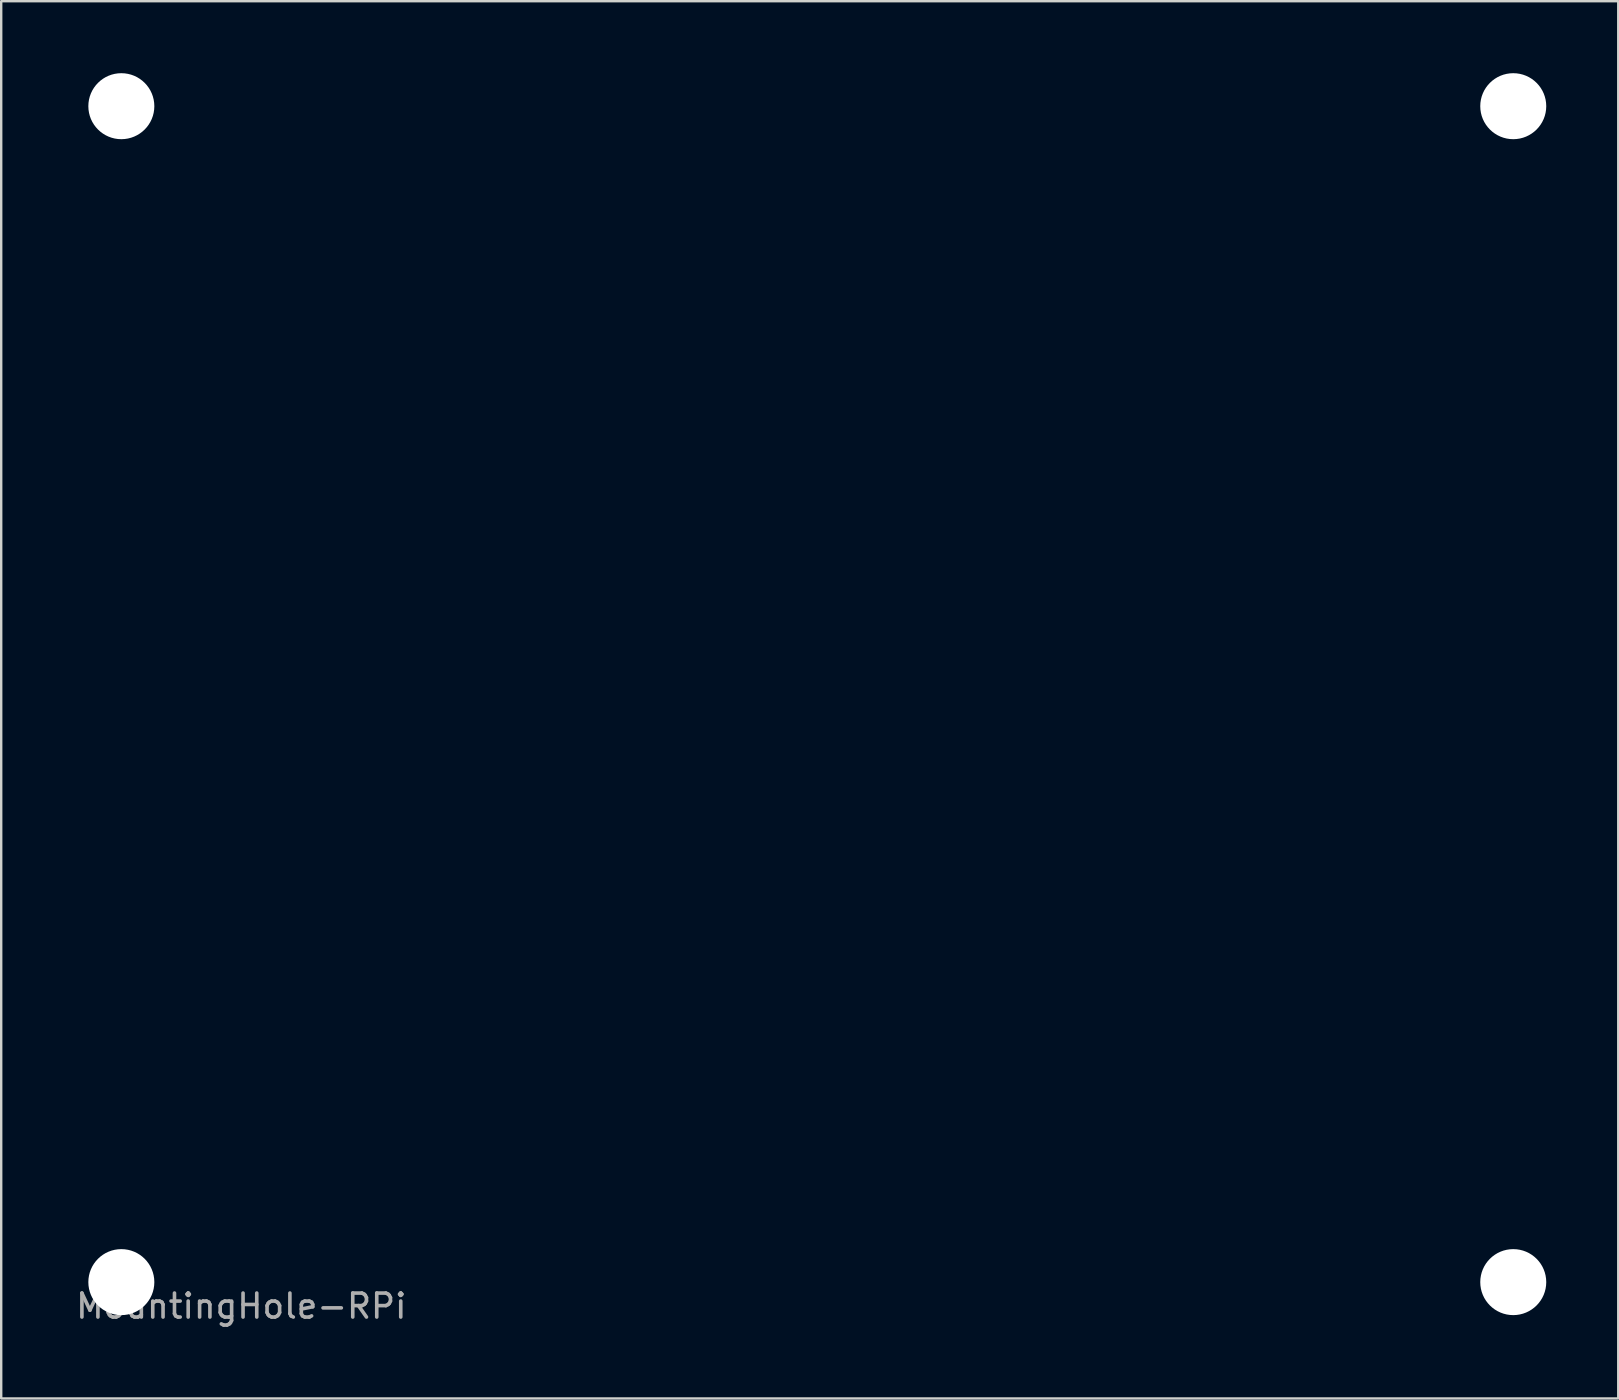
<source format=kicad_pcb>
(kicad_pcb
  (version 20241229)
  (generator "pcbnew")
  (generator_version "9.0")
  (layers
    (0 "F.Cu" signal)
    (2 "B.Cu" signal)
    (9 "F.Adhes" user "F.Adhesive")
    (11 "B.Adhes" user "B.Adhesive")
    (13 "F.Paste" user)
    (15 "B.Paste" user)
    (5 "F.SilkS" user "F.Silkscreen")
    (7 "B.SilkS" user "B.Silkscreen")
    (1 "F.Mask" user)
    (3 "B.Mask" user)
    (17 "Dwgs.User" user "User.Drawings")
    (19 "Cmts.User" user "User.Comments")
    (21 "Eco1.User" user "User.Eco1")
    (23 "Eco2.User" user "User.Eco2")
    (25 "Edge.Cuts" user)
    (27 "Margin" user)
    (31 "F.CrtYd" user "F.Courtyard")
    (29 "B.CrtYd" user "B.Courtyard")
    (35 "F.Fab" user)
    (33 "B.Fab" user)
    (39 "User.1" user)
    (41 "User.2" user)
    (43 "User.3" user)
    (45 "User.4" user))
  (footprint "MountingHole-RPi"
    (layer "F.Cu")
    (at 2.006 50.375)
    (property "Reference" "MountingHole-RPi" (at 5 1 0) (layer "F.Fab") (effects (font (size 1 1) (thickness 0.15))))
    (attr through_hole)
    (pad "" np_thru_hole circle (at 0 -49) (size 2.75 2.75) (drill 2.75) (layers "*.Cu" "*.Mask"))
    (pad "" np_thru_hole circle (at 0 0) (size 2.75 2.75) (drill 2.75) (layers "*.Cu" "*.Mask"))
    (pad "" np_thru_hole circle (at 58 -49) (size 2.75 2.75) (drill 2.75) (layers "*.Cu" "*.Mask"))
    (pad "" np_thru_hole circle (at 58 0) (size 2.75 2.75) (drill 2.75) (layers "*.Cu" "*.Mask")))
  (gr_rect
    (start -3 -3)
    (end 64.381 55.223)
    (stroke (width 0.1) (type default))
    (fill no)
    (layer "Edge.Cuts")))
</source>
